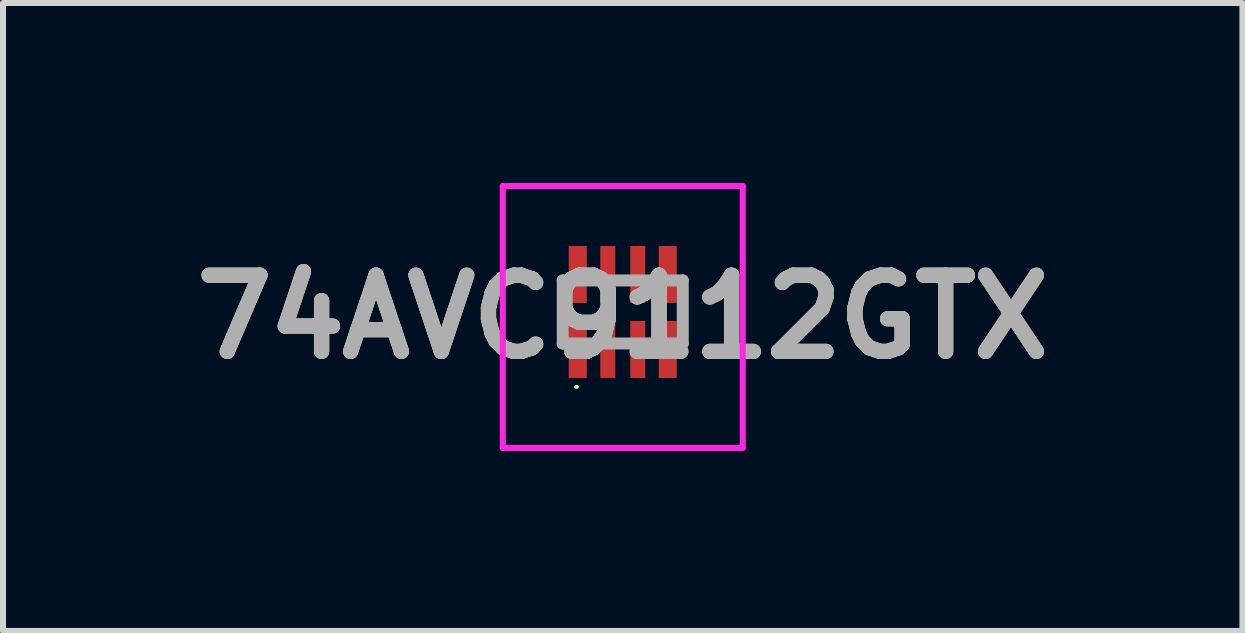
<source format=kicad_pcb>
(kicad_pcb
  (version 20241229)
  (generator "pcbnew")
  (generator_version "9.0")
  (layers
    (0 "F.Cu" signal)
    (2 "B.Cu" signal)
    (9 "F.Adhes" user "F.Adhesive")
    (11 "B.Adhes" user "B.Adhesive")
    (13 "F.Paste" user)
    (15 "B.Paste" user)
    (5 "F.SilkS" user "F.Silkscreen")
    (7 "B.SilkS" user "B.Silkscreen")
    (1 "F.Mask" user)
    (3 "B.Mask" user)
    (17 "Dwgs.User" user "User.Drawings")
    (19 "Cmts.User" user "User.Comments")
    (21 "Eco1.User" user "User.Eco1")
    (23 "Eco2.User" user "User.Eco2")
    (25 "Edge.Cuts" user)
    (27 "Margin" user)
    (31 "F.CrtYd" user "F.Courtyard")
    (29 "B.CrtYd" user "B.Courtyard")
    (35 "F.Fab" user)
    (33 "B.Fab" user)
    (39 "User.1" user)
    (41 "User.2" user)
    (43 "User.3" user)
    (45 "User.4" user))
  (footprint "74AVC9112GTX"
    (layer "F.Cu")
    (at 7.33 2.15)
    (property "Reference" "74AVC9112GTX" (at 0 0.083 0) (layer "F.SilkS") (effects (font (size 1.27 1.27) (thickness 0.254))))
    (attr smd)
    (fp_line (start -0.789 1.249) (end -0.789 1.249) (stroke (width 0.034) (type solid)) (layer "F.SilkS"))
    (fp_line (start -0.755 1.249) (end -0.755 1.249) (stroke (width 0.034) (type solid)) (layer "F.SilkS"))
    (fp_arc (start -0.789 1.249) (mid -0.772 1.232) (end -0.755 1.249) (stroke (width 0.03362) (type solid)) (layer "F.SilkS"))
    (fp_arc (start -0.755 1.249) (mid -0.772 1.266) (end -0.789 1.249) (stroke (width 0.03362) (type solid)) (layer "F.SilkS"))
    (fp_line (start -2 -2.1) (end 2 -2.1) (stroke (width 0.1) (type solid)) (layer "F.CrtYd"))
    (fp_line (start -2 2.266) (end -2 -2.1) (stroke (width 0.1) (type solid)) (layer "F.CrtYd"))
    (fp_line (start 2 -2.1) (end 2 2.266) (stroke (width 0.1) (type solid)) (layer "F.CrtYd"))
    (fp_line (start 2 2.266) (end -2 2.266) (stroke (width 0.1) (type solid)) (layer "F.CrtYd"))
    (fp_line (start -1 -0.525) (end 1 -0.525) (stroke (width 0.2) (type solid)) (layer "F.Fab"))
    (fp_line (start -1 0.525) (end -1 -0.525) (stroke (width 0.2) (type solid)) (layer "F.Fab"))
    (fp_line (start 1 -0.525) (end 1 0.525) (stroke (width 0.2) (type solid)) (layer "F.Fab"))
    (fp_line (start 1 0.525) (end -1 0.525) (stroke (width 0.2) (type solid)) (layer "F.Fab"))
    (fp_text user "${REFERENCE}" (at 0 0.083 0) (layer "F.Fab") (effects (font (size 1.27 1.27) (thickness 0.254))))
    (pad "1" smd rect (at -0.75 0.6) (size 0.3 1) (layers "F.Cu" "F.Mask" "F.Paste"))
    (pad "2" smd rect (at -0.25 0.625) (size 0.25 0.95) (layers "F.Cu" "F.Mask" "F.Paste"))
    (pad "3" smd rect (at 0.25 0.625) (size 0.25 0.95) (layers "F.Cu" "F.Mask" "F.Paste"))
    (pad "4" smd rect (at 0.75 0.625) (size 0.3 0.95) (layers "F.Cu" "F.Mask" "F.Paste"))
    (pad "5" smd rect (at 0.75 -0.625) (size 0.3 0.95) (layers "F.Cu" "F.Mask" "F.Paste"))
    (pad "6" smd rect (at 0.25 -0.625) (size 0.25 0.95) (layers "F.Cu" "F.Mask" "F.Paste"))
    (pad "7" smd rect (at -0.25 -0.625) (size 0.25 0.95) (layers "F.Cu" "F.Mask" "F.Paste"))
    (pad "8" smd rect (at -0.75 -0.625) (size 0.3 0.95) (layers "F.Cu" "F.Mask" "F.Paste")))
  (gr_rect
    (start -3 -3)
    (end 17.659 7.466)
    (stroke (width 0.1) (type default))
    (fill no)
    (layer "Edge.Cuts")))
</source>
